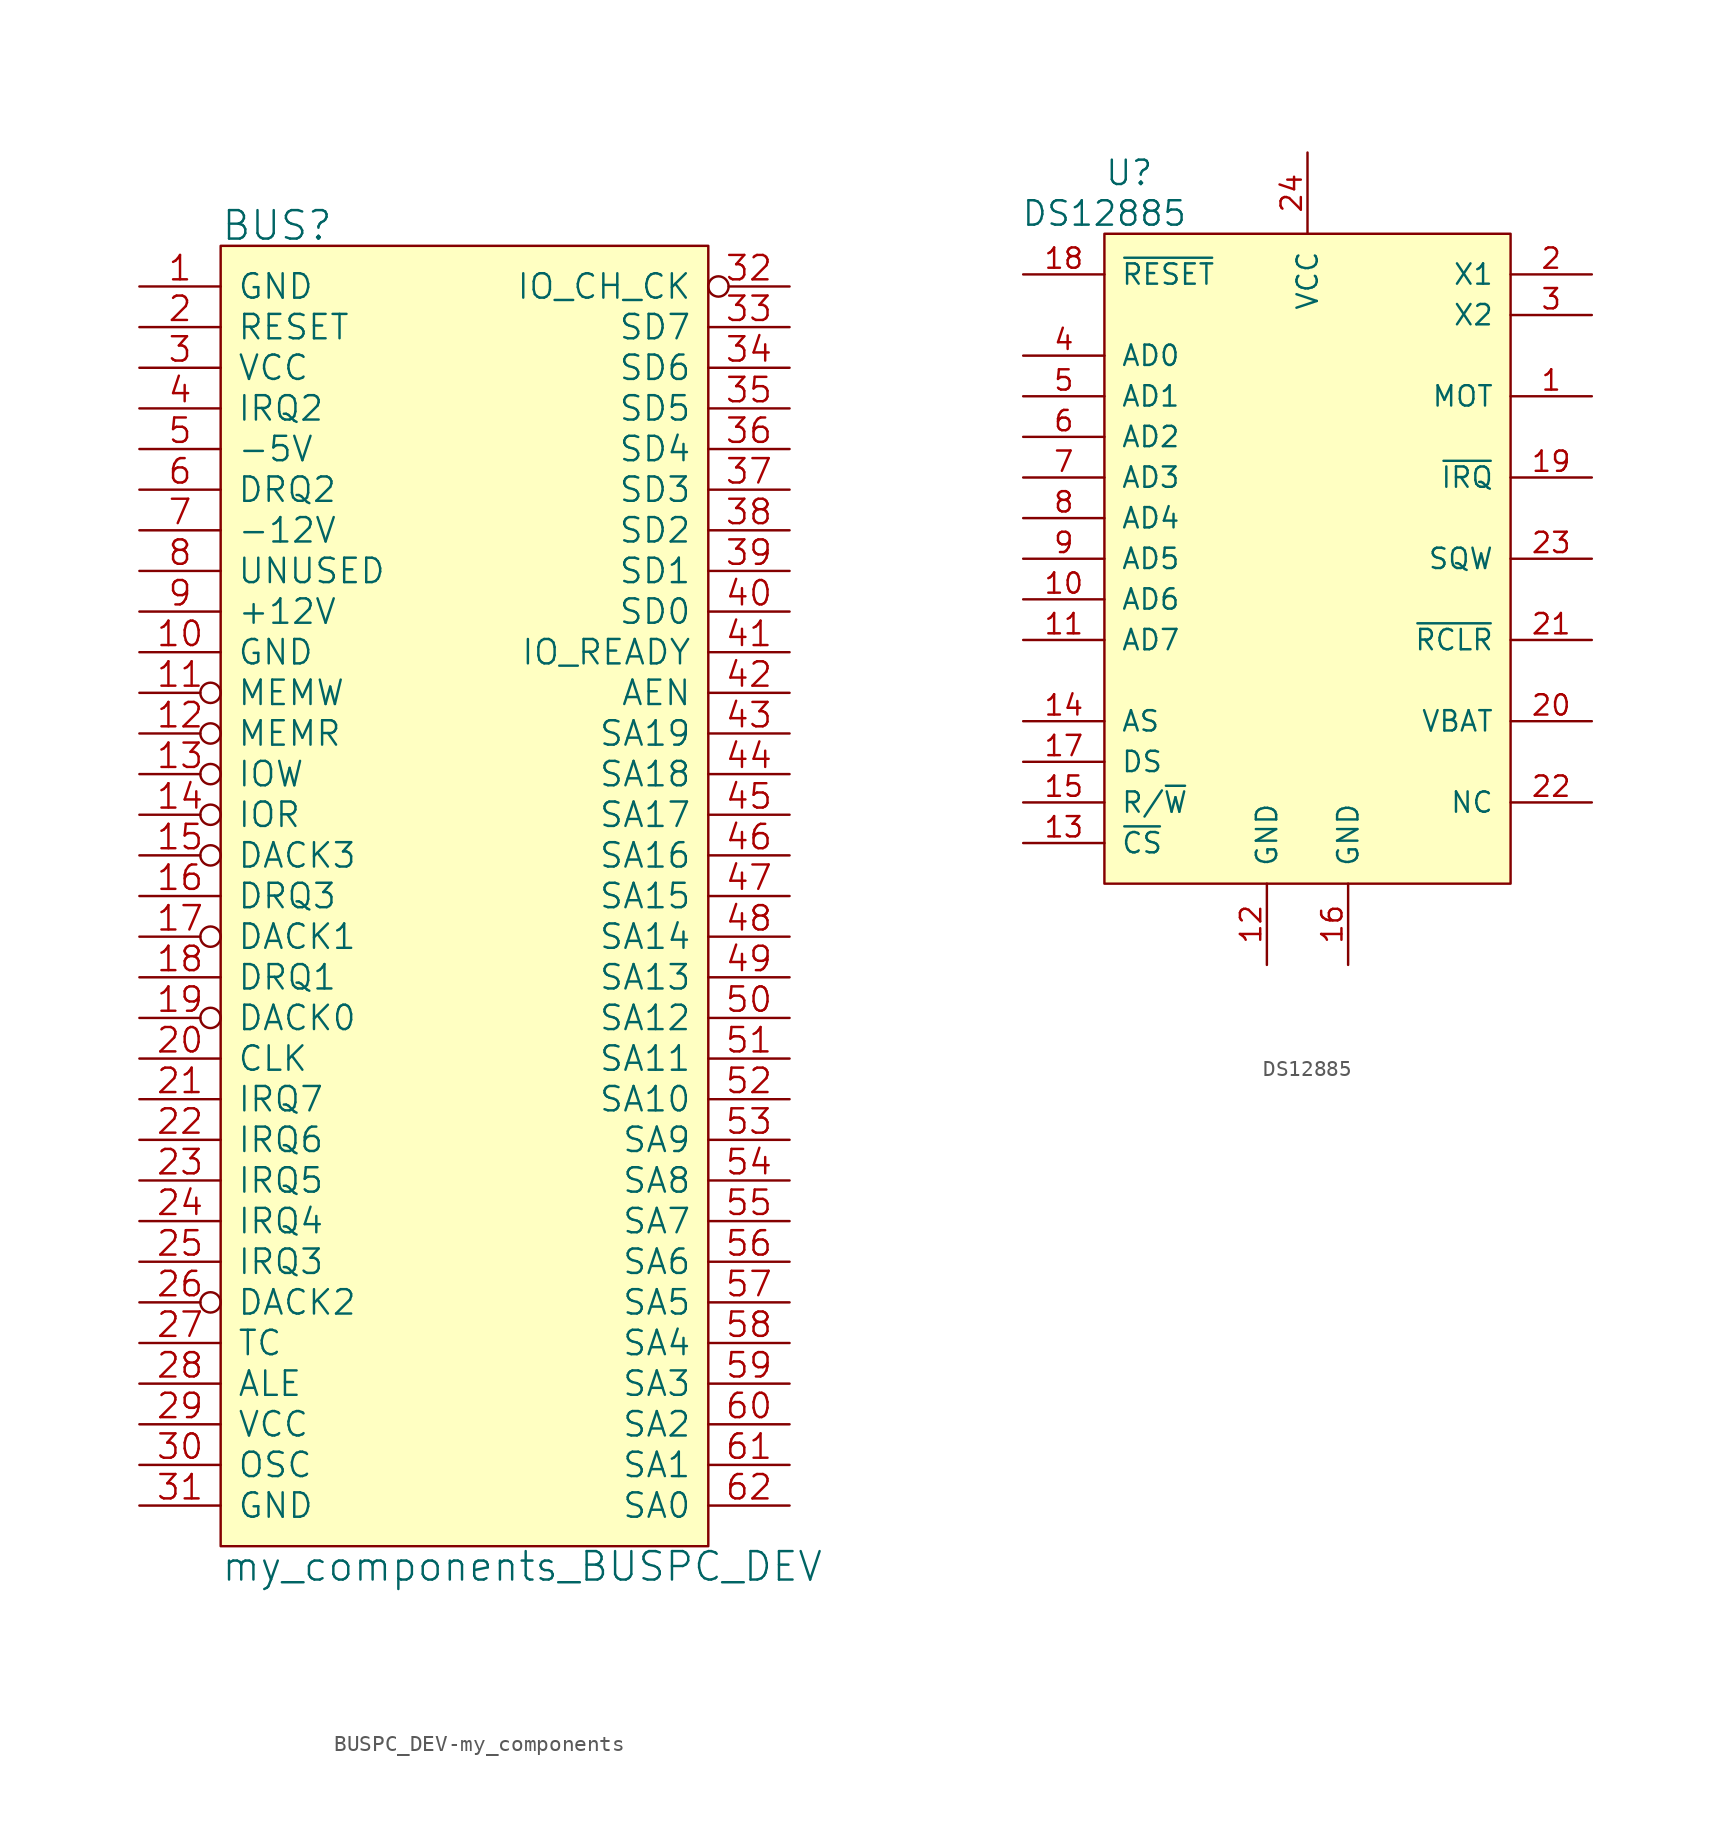
<source format=kicad_sym>
(kicad_symbol_lib
  (version 20241209)
  (generator "kicad_symbol_editor")
  (generator_version "9.0")
  (symbol "BUSPC_DEV-my_components"
    (pin_names
      (offset 1.016))
    (property "Reference" "BUS"
      (at -15.24 41.91 0)
      (effects (font (size 1.778 1.778)) (justify left)))
    (property "Value" "my_components_BUSPC_DEV"
      (at -15.24 -41.91 0)
      (effects (font (size 1.778 1.778)) (justify left)))
    (property "Footprint" ""
      (at 0 0 0)
      (effects (font (size 1.524 1.524))))
    (property "Datasheet" ""
      (at 0 0 0)
      (effects (font (size 1.524 1.524))))
    (symbol "BUSPC_DEV-my_components_0_1"
      (rectangle (start -15.24 -40.64) (end 15.24 40.64) (stroke (width 0) (type solid)) (fill (type background))))
    (symbol "BUSPC_DEV-my_components_1_1"
      (pin power_out line (at -20.32 38.1 0) (length 5.08) (name "GND" (effects (font (size 1.524 1.524)))) (number "1" (effects (font (size 1.524 1.524)))))
      (pin output line (at -20.32 35.56 0) (length 5.08) (name "RESET" (effects (font (size 1.524 1.524)))) (number "2" (effects (font (size 1.524 1.524)))))
      (pin power_out line (at -20.32 33.02 0) (length 5.08) (name "VCC" (effects (font (size 1.524 1.524)))) (number "3" (effects (font (size 1.524 1.524)))))
      (pin input line (at -20.32 30.48 0) (length 5.08) (name "IRQ2" (effects (font (size 1.524 1.524)))) (number "4" (effects (font (size 1.524 1.524)))))
      (pin power_out line (at -20.32 27.94 0) (length 5.08) (name "-5V" (effects (font (size 1.524 1.524)))) (number "5" (effects (font (size 1.524 1.524)))))
      (pin input line (at -20.32 25.4 0) (length 5.08) (name "DRQ2" (effects (font (size 1.524 1.524)))) (number "6" (effects (font (size 1.524 1.524)))))
      (pin power_out line (at -20.32 22.86 0) (length 5.08) (name "-12V" (effects (font (size 1.524 1.524)))) (number "7" (effects (font (size 1.524 1.524)))))
      (pin passive line (at -20.32 20.32 0) (length 5.08) (name "UNUSED" (effects (font (size 1.524 1.524)))) (number "8" (effects (font (size 1.524 1.524)))))
      (pin power_out line (at -20.32 17.78 0) (length 5.08) (name "+12V" (effects (font (size 1.524 1.524)))) (number "9" (effects (font (size 1.524 1.524)))))
      (pin power_in line (at -20.32 15.24 0) (length 5.08) (name "GND" (effects (font (size 1.524 1.524)))) (number "10" (effects (font (size 1.524 1.524)))))
      (pin output inverted (at -20.32 12.7 0) (length 5.08) (name "MEMW" (effects (font (size 1.524 1.524)))) (number "11" (effects (font (size 1.524 1.524)))))
      (pin output inverted (at -20.32 10.16 0) (length 5.08) (name "MEMR" (effects (font (size 1.524 1.524)))) (number "12" (effects (font (size 1.524 1.524)))))
      (pin output inverted (at -20.32 7.62 0) (length 5.08) (name "IOW" (effects (font (size 1.524 1.524)))) (number "13" (effects (font (size 1.524 1.524)))))
      (pin output inverted (at -20.32 5.08 0) (length 5.08) (name "IOR" (effects (font (size 1.524 1.524)))) (number "14" (effects (font (size 1.524 1.524)))))
      (pin output inverted (at -20.32 2.54 0) (length 5.08) (name "DACK3" (effects (font (size 1.524 1.524)))) (number "15" (effects (font (size 1.524 1.524)))))
      (pin input line (at -20.32 0 0) (length 5.08) (name "DRQ3" (effects (font (size 1.524 1.524)))) (number "16" (effects (font (size 1.524 1.524)))))
      (pin output inverted (at -20.32 -2.54 0) (length 5.08) (name "DACK1" (effects (font (size 1.524 1.524)))) (number "17" (effects (font (size 1.524 1.524)))))
      (pin input line (at -20.32 -5.08 0) (length 5.08) (name "DRQ1" (effects (font (size 1.524 1.524)))) (number "18" (effects (font (size 1.524 1.524)))))
      (pin output inverted (at -20.32 -7.62 0) (length 5.08) (name "DACK0" (effects (font (size 1.524 1.524)))) (number "19" (effects (font (size 1.524 1.524)))))
      (pin output line (at -20.32 -10.16 0) (length 5.08) (name "CLK" (effects (font (size 1.524 1.524)))) (number "20" (effects (font (size 1.524 1.524)))))
      (pin input line (at -20.32 -12.7 0) (length 5.08) (name "IRQ7" (effects (font (size 1.524 1.524)))) (number "21" (effects (font (size 1.524 1.524)))))
      (pin input line (at -20.32 -15.24 0) (length 5.08) (name "IRQ6" (effects (font (size 1.524 1.524)))) (number "22" (effects (font (size 1.524 1.524)))))
      (pin input line (at -20.32 -17.78 0) (length 5.08) (name "IRQ5" (effects (font (size 1.524 1.524)))) (number "23" (effects (font (size 1.524 1.524)))))
      (pin input line (at -20.32 -20.32 0) (length 5.08) (name "IRQ4" (effects (font (size 1.524 1.524)))) (number "24" (effects (font (size 1.524 1.524)))))
      (pin input line (at -20.32 -22.86 0) (length 5.08) (name "IRQ3" (effects (font (size 1.524 1.524)))) (number "25" (effects (font (size 1.524 1.524)))))
      (pin output inverted (at -20.32 -25.4 0) (length 5.08) (name "DACK2" (effects (font (size 1.524 1.524)))) (number "26" (effects (font (size 1.524 1.524)))))
      (pin output line (at -20.32 -27.94 0) (length 5.08) (name "TC" (effects (font (size 1.524 1.524)))) (number "27" (effects (font (size 1.524 1.524)))))
      (pin output line (at -20.32 -30.48 0) (length 5.08) (name "ALE" (effects (font (size 1.524 1.524)))) (number "28" (effects (font (size 1.524 1.524)))))
      (pin power_in line (at -20.32 -33.02 0) (length 5.08) (name "VCC" (effects (font (size 1.524 1.524)))) (number "29" (effects (font (size 1.524 1.524)))))
      (pin output line (at -20.32 -35.56 0) (length 5.08) (name "OSC" (effects (font (size 1.524 1.524)))) (number "30" (effects (font (size 1.524 1.524)))))
      (pin power_in line (at -20.32 -38.1 0) (length 5.08) (name "GND" (effects (font (size 1.524 1.524)))) (number "31" (effects (font (size 1.524 1.524)))))
      (pin input inverted (at 20.32 38.1 180) (length 5.08) (name "IO_CH_CK" (effects (font (size 1.524 1.524)))) (number "32" (effects (font (size 1.524 1.524)))))
      (pin bidirectional line (at 20.32 35.56 180) (length 5.08) (name "SD7" (effects (font (size 1.524 1.524)))) (number "33" (effects (font (size 1.524 1.524)))))
      (pin bidirectional line (at 20.32 33.02 180) (length 5.08) (name "SD6" (effects (font (size 1.524 1.524)))) (number "34" (effects (font (size 1.524 1.524)))))
      (pin bidirectional line (at 20.32 30.48 180) (length 5.08) (name "SD5" (effects (font (size 1.524 1.524)))) (number "35" (effects (font (size 1.524 1.524)))))
      (pin bidirectional line (at 20.32 27.94 180) (length 5.08) (name "SD4" (effects (font (size 1.524 1.524)))) (number "36" (effects (font (size 1.524 1.524)))))
      (pin bidirectional line (at 20.32 25.4 180) (length 5.08) (name "SD3" (effects (font (size 1.524 1.524)))) (number "37" (effects (font (size 1.524 1.524)))))
      (pin bidirectional line (at 20.32 22.86 180) (length 5.08) (name "SD2" (effects (font (size 1.524 1.524)))) (number "38" (effects (font (size 1.524 1.524)))))
      (pin bidirectional line (at 20.32 20.32 180) (length 5.08) (name "SD1" (effects (font (size 1.524 1.524)))) (number "39" (effects (font (size 1.524 1.524)))))
      (pin bidirectional line (at 20.32 17.78 180) (length 5.08) (name "SD0" (effects (font (size 1.524 1.524)))) (number "40" (effects (font (size 1.524 1.524)))))
      (pin input line (at 20.32 15.24 180) (length 5.08) (name "IO_READY" (effects (font (size 1.524 1.524)))) (number "41" (effects (font (size 1.524 1.524)))))
      (pin output line (at 20.32 12.7 180) (length 5.08) (name "AEN" (effects (font (size 1.524 1.524)))) (number "42" (effects (font (size 1.524 1.524)))))
      (pin output line (at 20.32 10.16 180) (length 5.08) (name "SA19" (effects (font (size 1.524 1.524)))) (number "43" (effects (font (size 1.524 1.524)))))
      (pin output line (at 20.32 7.62 180) (length 5.08) (name "SA18" (effects (font (size 1.524 1.524)))) (number "44" (effects (font (size 1.524 1.524)))))
      (pin output line (at 20.32 5.08 180) (length 5.08) (name "SA17" (effects (font (size 1.524 1.524)))) (number "45" (effects (font (size 1.524 1.524)))))
      (pin output line (at 20.32 2.54 180) (length 5.08) (name "SA16" (effects (font (size 1.524 1.524)))) (number "46" (effects (font (size 1.524 1.524)))))
      (pin output line (at 20.32 0 180) (length 5.08) (name "SA15" (effects (font (size 1.524 1.524)))) (number "47" (effects (font (size 1.524 1.524)))))
      (pin output line (at 20.32 -2.54 180) (length 5.08) (name "SA14" (effects (font (size 1.524 1.524)))) (number "48" (effects (font (size 1.524 1.524)))))
      (pin output line (at 20.32 -5.08 180) (length 5.08) (name "SA13" (effects (font (size 1.524 1.524)))) (number "49" (effects (font (size 1.524 1.524)))))
      (pin output line (at 20.32 -7.62 180) (length 5.08) (name "SA12" (effects (font (size 1.524 1.524)))) (number "50" (effects (font (size 1.524 1.524)))))
      (pin output line (at 20.32 -10.16 180) (length 5.08) (name "SA11" (effects (font (size 1.524 1.524)))) (number "51" (effects (font (size 1.524 1.524)))))
      (pin output line (at 20.32 -12.7 180) (length 5.08) (name "SA10" (effects (font (size 1.524 1.524)))) (number "52" (effects (font (size 1.524 1.524)))))
      (pin output line (at 20.32 -15.24 180) (length 5.08) (name "SA9" (effects (font (size 1.524 1.524)))) (number "53" (effects (font (size 1.524 1.524)))))
      (pin output line (at 20.32 -17.78 180) (length 5.08) (name "SA8" (effects (font (size 1.524 1.524)))) (number "54" (effects (font (size 1.524 1.524)))))
      (pin output line (at 20.32 -20.32 180) (length 5.08) (name "SA7" (effects (font (size 1.524 1.524)))) (number "55" (effects (font (size 1.524 1.524)))))
      (pin output line (at 20.32 -22.86 180) (length 5.08) (name "SA6" (effects (font (size 1.524 1.524)))) (number "56" (effects (font (size 1.524 1.524)))))
      (pin output line (at 20.32 -25.4 180) (length 5.08) (name "SA5" (effects (font (size 1.524 1.524)))) (number "57" (effects (font (size 1.524 1.524)))))
      (pin output line (at 20.32 -27.94 180) (length 5.08) (name "SA4" (effects (font (size 1.524 1.524)))) (number "58" (effects (font (size 1.524 1.524)))))
      (pin output line (at 20.32 -30.48 180) (length 5.08) (name "SA3" (effects (font (size 1.524 1.524)))) (number "59" (effects (font (size 1.524 1.524)))))
      (pin output line (at 20.32 -33.02 180) (length 5.08) (name "SA2" (effects (font (size 1.524 1.524)))) (number "60" (effects (font (size 1.524 1.524)))))
      (pin output line (at 20.32 -35.56 180) (length 5.08) (name "SA1" (effects (font (size 1.524 1.524)))) (number "61" (effects (font (size 1.524 1.524)))))
      (pin output line (at 20.32 -38.1 180) (length 5.08) (name "SA0" (effects (font (size 1.524 1.524)))) (number "62" (effects (font (size 1.524 1.524)))))))
  (symbol "DS12885"
    (pin_names
      (offset 1.016))
    (property "Reference" "U"
      (at -12.7 22.86 0)
      (effects (font (size 1.524 1.524)) (justify left)))
    (property "Value" "DS12885"
      (at -12.7 20.32 0)
      (effects (font (size 1.524 1.524))))
    (property "Footprint" ""
      (at 0 0 0)
      (effects (font (size 1.524 1.524))))
    (property "Datasheet" ""
      (at 0 0 0)
      (effects (font (size 1.524 1.524))))
    (symbol "DS12885_0_1"
      (rectangle (start -12.7 19.05) (end 12.7 -21.59) (stroke (width 0) (type default)) (fill (type background))))
    (symbol "DS12885_1_1"
      (pin input line (at -17.78 16.51 0) (length 5.08) (name "~{RESET}" (effects (font (size 1.27 1.27)))) (number "18" (effects (font (size 1.27 1.27)))))
      (pin bidirectional line (at -17.78 11.43 0) (length 5.08) (name "AD0" (effects (font (size 1.27 1.27)))) (number "4" (effects (font (size 1.27 1.27)))))
      (pin bidirectional line (at -17.78 8.89 0) (length 5.08) (name "AD1" (effects (font (size 1.27 1.27)))) (number "5" (effects (font (size 1.27 1.27)))))
      (pin bidirectional line (at -17.78 6.35 0) (length 5.08) (name "AD2" (effects (font (size 1.27 1.27)))) (number "6" (effects (font (size 1.27 1.27)))))
      (pin bidirectional line (at -17.78 3.81 0) (length 5.08) (name "AD3" (effects (font (size 1.27 1.27)))) (number "7" (effects (font (size 1.27 1.27)))))
      (pin bidirectional line (at -17.78 1.27 0) (length 5.08) (name "AD4" (effects (font (size 1.27 1.27)))) (number "8" (effects (font (size 1.27 1.27)))))
      (pin bidirectional line (at -17.78 -1.27 0) (length 5.08) (name "AD5" (effects (font (size 1.27 1.27)))) (number "9" (effects (font (size 1.27 1.27)))))
      (pin bidirectional line (at -17.78 -3.81 0) (length 5.08) (name "AD6" (effects (font (size 1.27 1.27)))) (number "10" (effects (font (size 1.27 1.27)))))
      (pin bidirectional line (at -17.78 -6.35 0) (length 5.08) (name "AD7" (effects (font (size 1.27 1.27)))) (number "11" (effects (font (size 1.27 1.27)))))
      (pin input line (at -17.78 -11.43 0) (length 5.08) (name "AS" (effects (font (size 1.27 1.27)))) (number "14" (effects (font (size 1.27 1.27)))))
      (pin input line (at -17.78 -13.97 0) (length 5.08) (name "DS" (effects (font (size 1.27 1.27)))) (number "17" (effects (font (size 1.27 1.27)))))
      (pin input line (at -17.78 -16.51 0) (length 5.08) (name "R/~{W}" (effects (font (size 1.27 1.27)))) (number "15" (effects (font (size 1.27 1.27)))))
      (pin input line (at -17.78 -19.05 0) (length 5.08) (name "~{CS}" (effects (font (size 1.27 1.27)))) (number "13" (effects (font (size 1.27 1.27)))))
      (pin power_in line (at -2.54 -26.67 90) (length 5.08) (name "GND" (effects (font (size 1.27 1.27)))) (number "12" (effects (font (size 1.27 1.27)))))
      (pin power_in line (at 0 24.13 270) (length 5.08) (name "VCC" (effects (font (size 1.27 1.27)))) (number "24" (effects (font (size 1.27 1.27)))))
      (pin power_in line (at 2.54 -26.67 90) (length 5.08) (name "GND" (effects (font (size 1.27 1.27)))) (number "16" (effects (font (size 1.27 1.27)))))
      (pin input line (at 17.78 16.51 180) (length 5.08) (name "X1" (effects (font (size 1.27 1.27)))) (number "2" (effects (font (size 1.27 1.27)))))
      (pin input line (at 17.78 13.97 180) (length 5.08) (name "X2" (effects (font (size 1.27 1.27)))) (number "3" (effects (font (size 1.27 1.27)))))
      (pin input line (at 17.78 8.89 180) (length 5.08) (name "MOT" (effects (font (size 1.27 1.27)))) (number "1" (effects (font (size 1.27 1.27)))))
      (pin output line (at 17.78 3.81 180) (length 5.08) (name "~{IRQ}" (effects (font (size 1.27 1.27)))) (number "19" (effects (font (size 1.27 1.27)))))
      (pin input line (at 17.78 -1.27 180) (length 5.08) (name "SQW" (effects (font (size 1.27 1.27)))) (number "23" (effects (font (size 1.27 1.27)))))
      (pin input line (at 17.78 -6.35 180) (length 5.08) (name "~{RCLR}" (effects (font (size 1.27 1.27)))) (number "21" (effects (font (size 1.27 1.27)))))
      (pin power_in line (at 17.78 -11.43 180) (length 5.08) (name "VBAT" (effects (font (size 1.27 1.27)))) (number "20" (effects (font (size 1.27 1.27)))))
      (pin input line (at 17.78 -16.51 180) (length 5.08) (name "NC" (effects (font (size 1.27 1.27)))) (number "22" (effects (font (size 1.27 1.27))))))))
</source>
